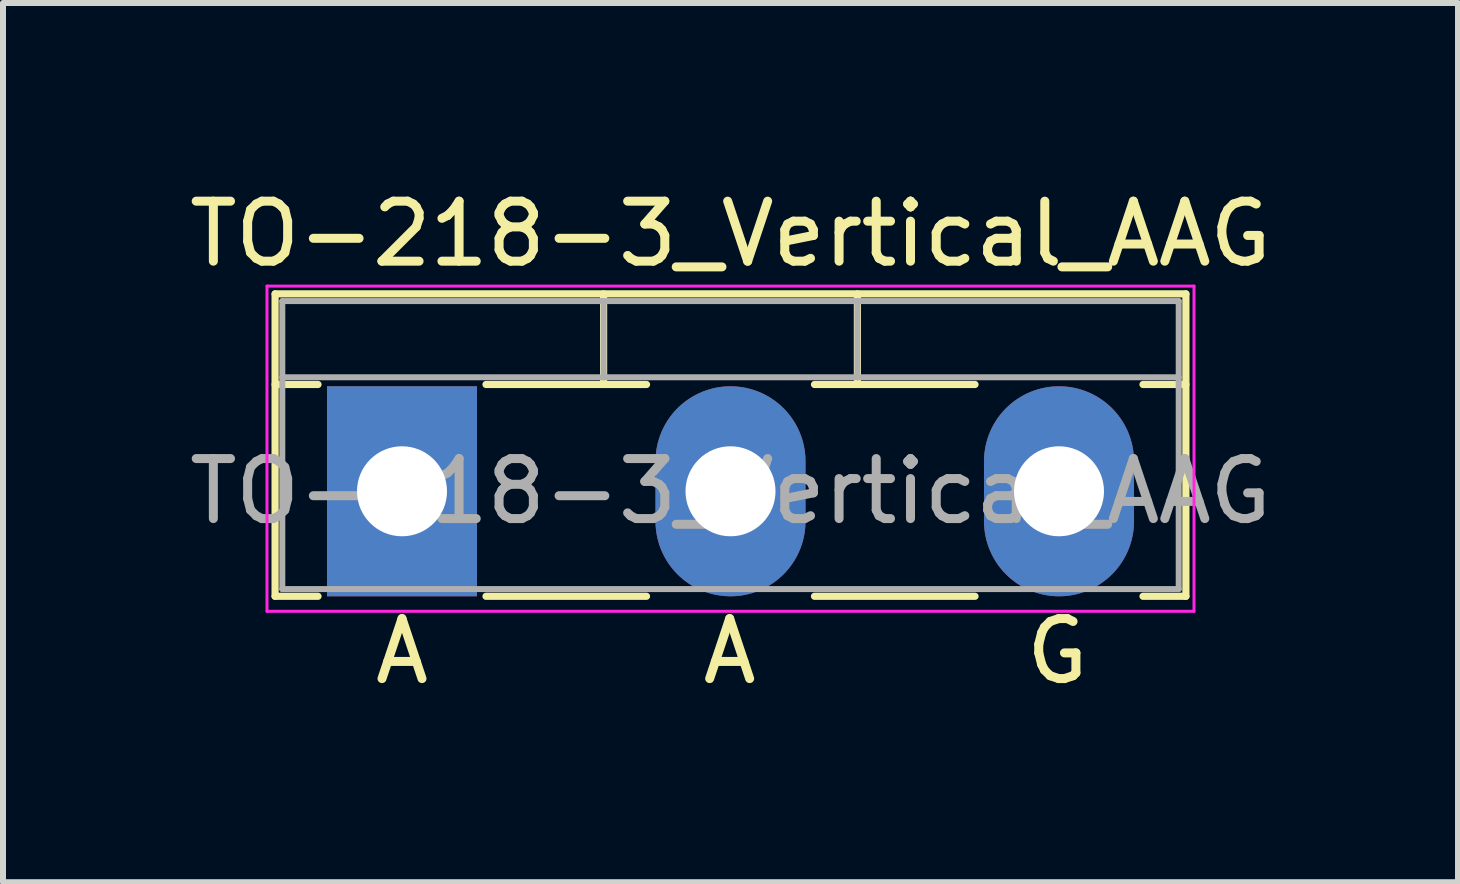
<source format=kicad_pcb>
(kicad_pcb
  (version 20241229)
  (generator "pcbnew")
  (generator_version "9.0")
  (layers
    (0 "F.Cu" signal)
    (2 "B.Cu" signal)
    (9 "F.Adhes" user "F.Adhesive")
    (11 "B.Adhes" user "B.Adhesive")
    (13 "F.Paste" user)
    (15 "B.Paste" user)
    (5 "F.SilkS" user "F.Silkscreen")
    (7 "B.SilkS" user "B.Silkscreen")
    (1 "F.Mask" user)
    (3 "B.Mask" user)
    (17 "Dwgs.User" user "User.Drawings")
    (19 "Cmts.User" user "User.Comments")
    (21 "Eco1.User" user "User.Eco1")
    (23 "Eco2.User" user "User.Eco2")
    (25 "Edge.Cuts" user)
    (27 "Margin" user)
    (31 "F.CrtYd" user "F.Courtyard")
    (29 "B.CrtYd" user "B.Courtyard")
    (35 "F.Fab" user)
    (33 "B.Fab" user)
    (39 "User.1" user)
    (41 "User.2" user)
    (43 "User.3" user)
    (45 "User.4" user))
  (footprint "TO-218-3_Vertical_AAG"
    (layer "F.Cu")
    (at 3.65 5.138)
    (property "Reference" "TO-218-3_Vertical_AAG" (at 5.475 -4.29 0) (layer "F.SilkS") (effects (font (size 1 1) (thickness 0.15))))
    (fp_line (start -2.115 -3.29) (end -2.115 1.75) (stroke (width 0.12) (type solid)) (layer "F.SilkS"))
    (fp_line (start -2.115 -3.29) (end 13.065 -3.29) (stroke (width 0.12) (type solid)) (layer "F.SilkS"))
    (fp_line (start -2.115 -1.78) (end -1.4 -1.78) (stroke (width 0.12) (type solid)) (layer "F.SilkS"))
    (fp_line (start -2.115 1.75) (end -1.4 1.75) (stroke (width 0.12) (type solid)) (layer "F.SilkS"))
    (fp_line (start 1.4 -1.78) (end 4.075 -1.78) (stroke (width 0.12) (type solid)) (layer "F.SilkS"))
    (fp_line (start 1.4 1.75) (end 4.075 1.75) (stroke (width 0.12) (type solid)) (layer "F.SilkS"))
    (fp_line (start 3.36 -3.29) (end 3.36 -1.78) (stroke (width 0.12) (type solid)) (layer "F.SilkS"))
    (fp_line (start 6.875 -1.78) (end 9.55 -1.78) (stroke (width 0.12) (type solid)) (layer "F.SilkS"))
    (fp_line (start 6.875 1.75) (end 9.55 1.75) (stroke (width 0.12) (type solid)) (layer "F.SilkS"))
    (fp_line (start 7.59 -3.29) (end 7.59 -1.78) (stroke (width 0.12) (type solid)) (layer "F.SilkS"))
    (fp_line (start 12.35 -1.78) (end 13.065 -1.78) (stroke (width 0.12) (type solid)) (layer "F.SilkS"))
    (fp_line (start 12.35 1.75) (end 13.065 1.75) (stroke (width 0.12) (type solid)) (layer "F.SilkS"))
    (fp_line (start 13.065 -3.29) (end 13.065 1.75) (stroke (width 0.12) (type solid)) (layer "F.SilkS"))
    (fp_line (start -2.25 -3.42) (end -2.25 2) (stroke (width 0.05) (type solid)) (layer "F.CrtYd"))
    (fp_line (start -2.25 2) (end 13.2 2) (stroke (width 0.05) (type solid)) (layer "F.CrtYd"))
    (fp_line (start 13.2 -3.42) (end -2.25 -3.42) (stroke (width 0.05) (type solid)) (layer "F.CrtYd"))
    (fp_line (start 13.2 2) (end 13.2 -3.42) (stroke (width 0.05) (type solid)) (layer "F.CrtYd"))
    (fp_line (start -1.995 -3.17) (end -1.995 1.63) (stroke (width 0.1) (type solid)) (layer "F.Fab"))
    (fp_line (start -1.995 -1.9) (end 12.945 -1.9) (stroke (width 0.1) (type solid)) (layer "F.Fab"))
    (fp_line (start -1.995 1.63) (end 12.945 1.63) (stroke (width 0.1) (type solid)) (layer "F.Fab"))
    (fp_line (start 3.36 -3.17) (end 3.36 -1.9) (stroke (width 0.1) (type solid)) (layer "F.Fab"))
    (fp_line (start 7.59 -3.17) (end 7.59 -1.9) (stroke (width 0.1) (type solid)) (layer "F.Fab"))
    (fp_line (start 12.945 -3.17) (end -1.995 -3.17) (stroke (width 0.1) (type solid)) (layer "F.Fab"))
    (fp_line (start 12.945 1.63) (end 12.945 -3.17) (stroke (width 0.1) (type solid)) (layer "F.Fab"))
    (fp_text user "G" (at 10.922 2.667 0) (unlocked yes) (layer "F.SilkS") (effects (font (size 1 1) (thickness 0.15))))
    (fp_text user "A" (at 0 2.667 0) (unlocked yes) (layer "F.SilkS") (effects (font (size 1 1) (thickness 0.15))))
    (fp_text user "A" (at 5.461 2.667 0) (unlocked yes) (layer "F.SilkS") (effects (font (size 1 1) (thickness 0.15))))
    (fp_text user "${REFERENCE}" (at 5.475 0 0) (layer "F.Fab") (effects (font (size 1 1) (thickness 0.15))))
    (pad "1" thru_hole rect (at 0 0) (size 2.5 3.5) (drill 1.5) (layers "*.Cu" "*.Mask"))
    (pad "2" thru_hole oval (at 5.475 0) (size 2.5 3.5) (drill 1.5) (layers "*.Cu" "*.Mask"))
    (pad "3" thru_hole oval (at 10.95 0) (size 2.5 3.5) (drill 1.5) (layers "*.Cu" "*.Mask")))
  (gr_rect
    (start -3 -3)
    (end 21.25 11.653)
    (stroke (width 0.1) (type default))
    (fill no)
    (layer "Edge.Cuts")))
</source>
